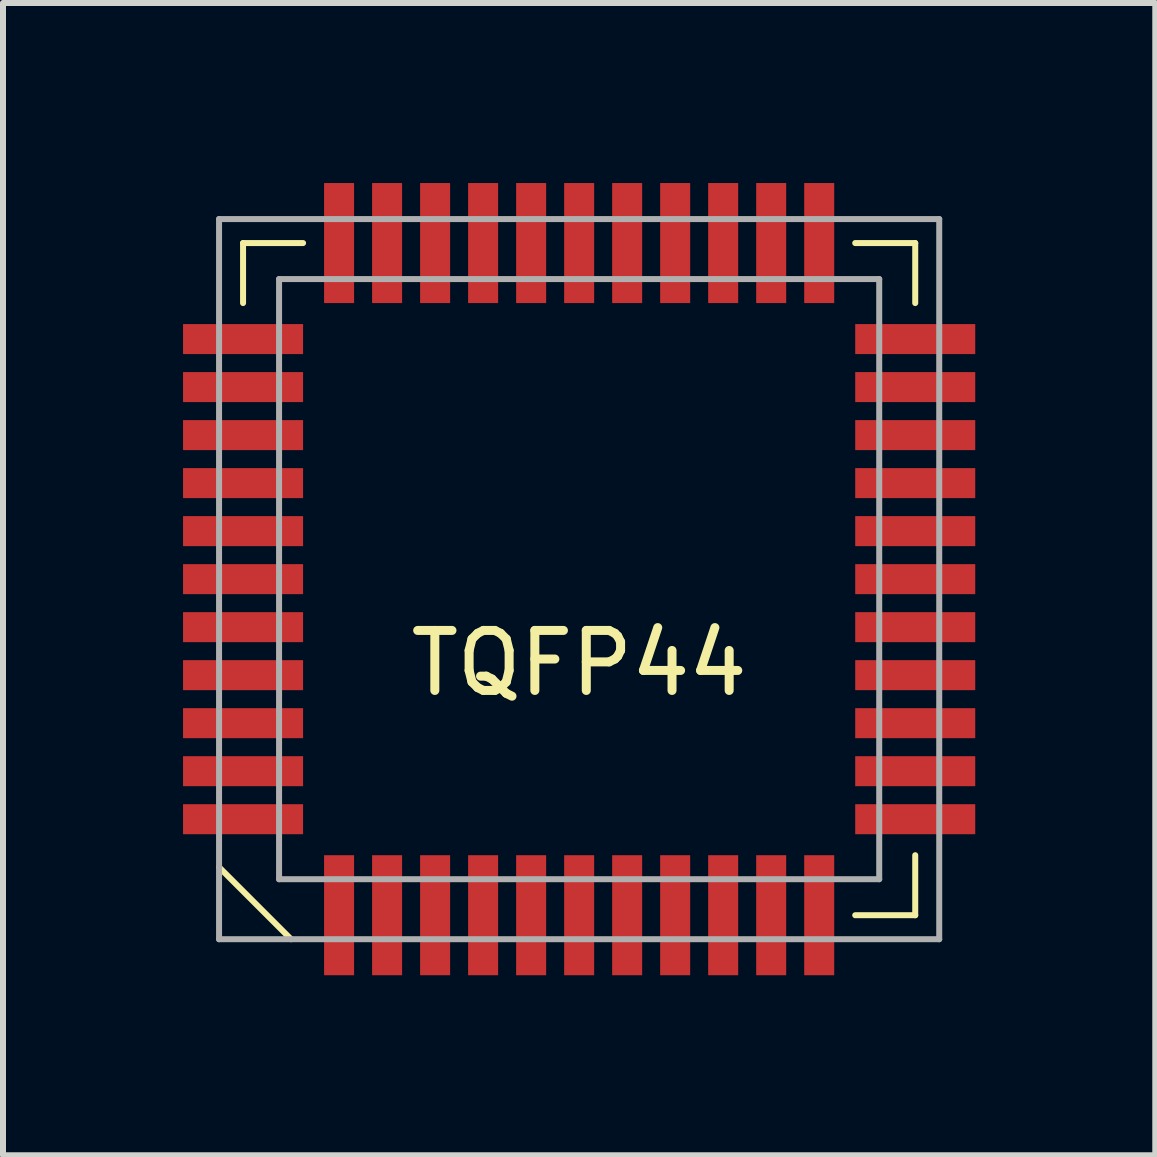
<source format=kicad_pcb>
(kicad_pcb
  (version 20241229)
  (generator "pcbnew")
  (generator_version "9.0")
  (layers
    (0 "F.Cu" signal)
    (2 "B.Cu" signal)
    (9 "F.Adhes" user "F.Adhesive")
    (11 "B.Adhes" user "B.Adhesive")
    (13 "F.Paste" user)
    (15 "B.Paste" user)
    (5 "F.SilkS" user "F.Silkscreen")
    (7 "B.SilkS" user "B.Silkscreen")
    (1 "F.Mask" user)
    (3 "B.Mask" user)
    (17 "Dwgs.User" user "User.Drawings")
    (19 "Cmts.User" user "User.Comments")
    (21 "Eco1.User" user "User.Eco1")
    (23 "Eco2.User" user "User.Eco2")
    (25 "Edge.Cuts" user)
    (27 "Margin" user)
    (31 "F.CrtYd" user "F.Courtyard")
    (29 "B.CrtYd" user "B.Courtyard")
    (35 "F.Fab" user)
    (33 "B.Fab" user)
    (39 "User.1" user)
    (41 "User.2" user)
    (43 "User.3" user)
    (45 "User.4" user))
  (footprint "TQFP44"
    (layer "F.Cu")
    (at 6.6 6.6)
    (property "Reference" "TQFP44" (at 0 1.4 0) (layer "F.SilkS") (effects (font (size 1 1) (thickness 0.15))))
    (attr through_hole)
    (fp_line (start -6 4.8) (end -4.8 6) (stroke (width 0.1) (type solid)) (layer "F.SilkS"))
    (fp_line (start -5.6 -5.6) (end -4.6 -5.6) (stroke (width 0.1) (type solid)) (layer "F.SilkS"))
    (fp_line (start -5.6 -4.6) (end -5.6 -5.6) (stroke (width 0.1) (type solid)) (layer "F.SilkS"))
    (fp_line (start 4.6 -5.6) (end 5.6 -5.6) (stroke (width 0.1) (type solid)) (layer "F.SilkS"))
    (fp_line (start 5.6 -5.6) (end 5.6 -4.6) (stroke (width 0.1) (type solid)) (layer "F.SilkS"))
    (fp_line (start 5.6 4.6) (end 5.6 5.6) (stroke (width 0.1) (type solid)) (layer "F.SilkS"))
    (fp_line (start 5.6 5.6) (end 4.6 5.6) (stroke (width 0.1) (type solid)) (layer "F.SilkS"))
    (fp_line (start -6 -6) (end 6 -6) (stroke (width 0.1) (type solid)) (layer "F.Fab"))
    (fp_line (start -6 6) (end -6 -6) (stroke (width 0.1) (type solid)) (layer "F.Fab"))
    (fp_line (start -5 -5) (end -5 5) (stroke (width 0.1) (type solid)) (layer "F.Fab"))
    (fp_line (start -5 5) (end 5 5) (stroke (width 0.1) (type solid)) (layer "F.Fab"))
    (fp_line (start 5 -5) (end -5 -5) (stroke (width 0.1) (type solid)) (layer "F.Fab"))
    (fp_line (start 5 5) (end 5 -5) (stroke (width 0.1) (type solid)) (layer "F.Fab"))
    (fp_line (start 6 -6) (end 6 6) (stroke (width 0.1) (type solid)) (layer "F.Fab"))
    (fp_line (start 6 6) (end -6 6) (stroke (width 0.1) (type solid)) (layer "F.Fab"))
    (pad "1" smd rect (at -4 5.6) (size 0.5 2) (layers "F.Cu" "F.Mask" "F.Paste"))
    (pad "2" smd rect (at -3.2 5.6) (size 0.5 2) (layers "F.Cu" "F.Mask" "F.Paste"))
    (pad "3" smd rect (at -2.4 5.6) (size 0.5 2) (layers "F.Cu" "F.Mask" "F.Paste"))
    (pad "4" smd rect (at -1.6 5.6) (size 0.5 2) (layers "F.Cu" "F.Mask" "F.Paste"))
    (pad "5" smd rect (at -0.8 5.6) (size 0.5 2) (layers "F.Cu" "F.Mask" "F.Paste"))
    (pad "6" smd rect (at 0 5.6) (size 0.5 2) (layers "F.Cu" "F.Mask" "F.Paste"))
    (pad "7" smd rect (at 0.8 5.6) (size 0.5 2) (layers "F.Cu" "F.Mask" "F.Paste"))
    (pad "8" smd rect (at 1.6 5.6) (size 0.5 2) (layers "F.Cu" "F.Mask" "F.Paste"))
    (pad "9" smd rect (at 2.4 5.6) (size 0.5 2) (layers "F.Cu" "F.Mask" "F.Paste"))
    (pad "10" smd rect (at 3.2 5.6) (size 0.5 2) (layers "F.Cu" "F.Mask" "F.Paste"))
    (pad "11" smd rect (at 4 5.6) (size 0.5 2) (layers "F.Cu" "F.Mask" "F.Paste"))
    (pad "12" smd rect (at 5.6 4 90) (size 0.5 2) (layers "F.Cu" "F.Mask" "F.Paste"))
    (pad "13" smd rect (at 5.6 3.2 90) (size 0.5 2) (layers "F.Cu" "F.Mask" "F.Paste"))
    (pad "14" smd rect (at 5.6 2.4 90) (size 0.5 2) (layers "F.Cu" "F.Mask" "F.Paste"))
    (pad "15" smd rect (at 5.6 1.6 90) (size 0.5 2) (layers "F.Cu" "F.Mask" "F.Paste"))
    (pad "16" smd rect (at 5.6 0.8 90) (size 0.5 2) (layers "F.Cu" "F.Mask" "F.Paste"))
    (pad "17" smd rect (at 5.6 0 90) (size 0.5 2) (layers "F.Cu" "F.Mask" "F.Paste"))
    (pad "18" smd rect (at 5.6 -0.8 90) (size 0.5 2) (layers "F.Cu" "F.Mask" "F.Paste"))
    (pad "19" smd rect (at 5.6 -1.6 90) (size 0.5 2) (layers "F.Cu" "F.Mask" "F.Paste"))
    (pad "20" smd rect (at 5.6 -2.4 90) (size 0.5 2) (layers "F.Cu" "F.Mask" "F.Paste"))
    (pad "21" smd rect (at 5.6 -3.2 90) (size 0.5 2) (layers "F.Cu" "F.Mask" "F.Paste"))
    (pad "22" smd rect (at 5.6 -4 90) (size 0.5 2) (layers "F.Cu" "F.Mask" "F.Paste"))
    (pad "23" smd rect (at 4 -5.6) (size 0.5 2) (layers "F.Cu" "F.Mask" "F.Paste"))
    (pad "24" smd rect (at 3.2 -5.6) (size 0.5 2) (layers "F.Cu" "F.Mask" "F.Paste"))
    (pad "25" smd rect (at 2.4 -5.6) (size 0.5 2) (layers "F.Cu" "F.Mask" "F.Paste"))
    (pad "26" smd rect (at 1.6 -5.6) (size 0.5 2) (layers "F.Cu" "F.Mask" "F.Paste"))
    (pad "27" smd rect (at 0.8 -5.6) (size 0.5 2) (layers "F.Cu" "F.Mask" "F.Paste"))
    (pad "28" smd rect (at 0 -5.6) (size 0.5 2) (layers "F.Cu" "F.Mask" "F.Paste"))
    (pad "29" smd rect (at -0.8 -5.6) (size 0.5 2) (layers "F.Cu" "F.Mask" "F.Paste"))
    (pad "30" smd rect (at -1.6 -5.6) (size 0.5 2) (layers "F.Cu" "F.Mask" "F.Paste"))
    (pad "31" smd rect (at -2.4 -5.6) (size 0.5 2) (layers "F.Cu" "F.Mask" "F.Paste"))
    (pad "32" smd rect (at -3.2 -5.6) (size 0.5 2) (layers "F.Cu" "F.Mask" "F.Paste"))
    (pad "33" smd rect (at -4 -5.6) (size 0.5 2) (layers "F.Cu" "F.Mask" "F.Paste"))
    (pad "34" smd rect (at -5.6 -4 90) (size 0.5 2) (layers "F.Cu" "F.Mask" "F.Paste"))
    (pad "35" smd rect (at -5.6 -3.2 90) (size 0.5 2) (layers "F.Cu" "F.Mask" "F.Paste"))
    (pad "36" smd rect (at -5.6 -2.4 90) (size 0.5 2) (layers "F.Cu" "F.Mask" "F.Paste"))
    (pad "37" smd rect (at -5.6 -1.6 90) (size 0.5 2) (layers "F.Cu" "F.Mask" "F.Paste"))
    (pad "38" smd rect (at -5.6 -0.8 90) (size 0.5 2) (layers "F.Cu" "F.Mask" "F.Paste"))
    (pad "39" smd rect (at -5.6 0 90) (size 0.5 2) (layers "F.Cu" "F.Mask" "F.Paste"))
    (pad "40" smd rect (at -5.6 0.8 90) (size 0.5 2) (layers "F.Cu" "F.Mask" "F.Paste"))
    (pad "41" smd rect (at -5.6 1.6 90) (size 0.5 2) (layers "F.Cu" "F.Mask" "F.Paste"))
    (pad "42" smd rect (at -5.6 2.4 90) (size 0.5 2) (layers "F.Cu" "F.Mask" "F.Paste"))
    (pad "43" smd rect (at -5.6 3.2 90) (size 0.5 2) (layers "F.Cu" "F.Mask" "F.Paste"))
    (pad "44" smd rect (at -5.6 4 90) (size 0.5 2) (layers "F.Cu" "F.Mask" "F.Paste")))
  (gr_rect
    (start -3 -3)
    (end 16.2 16.2)
    (stroke (width 0.1) (type default))
    (fill no)
    (layer "Edge.Cuts")))
</source>
